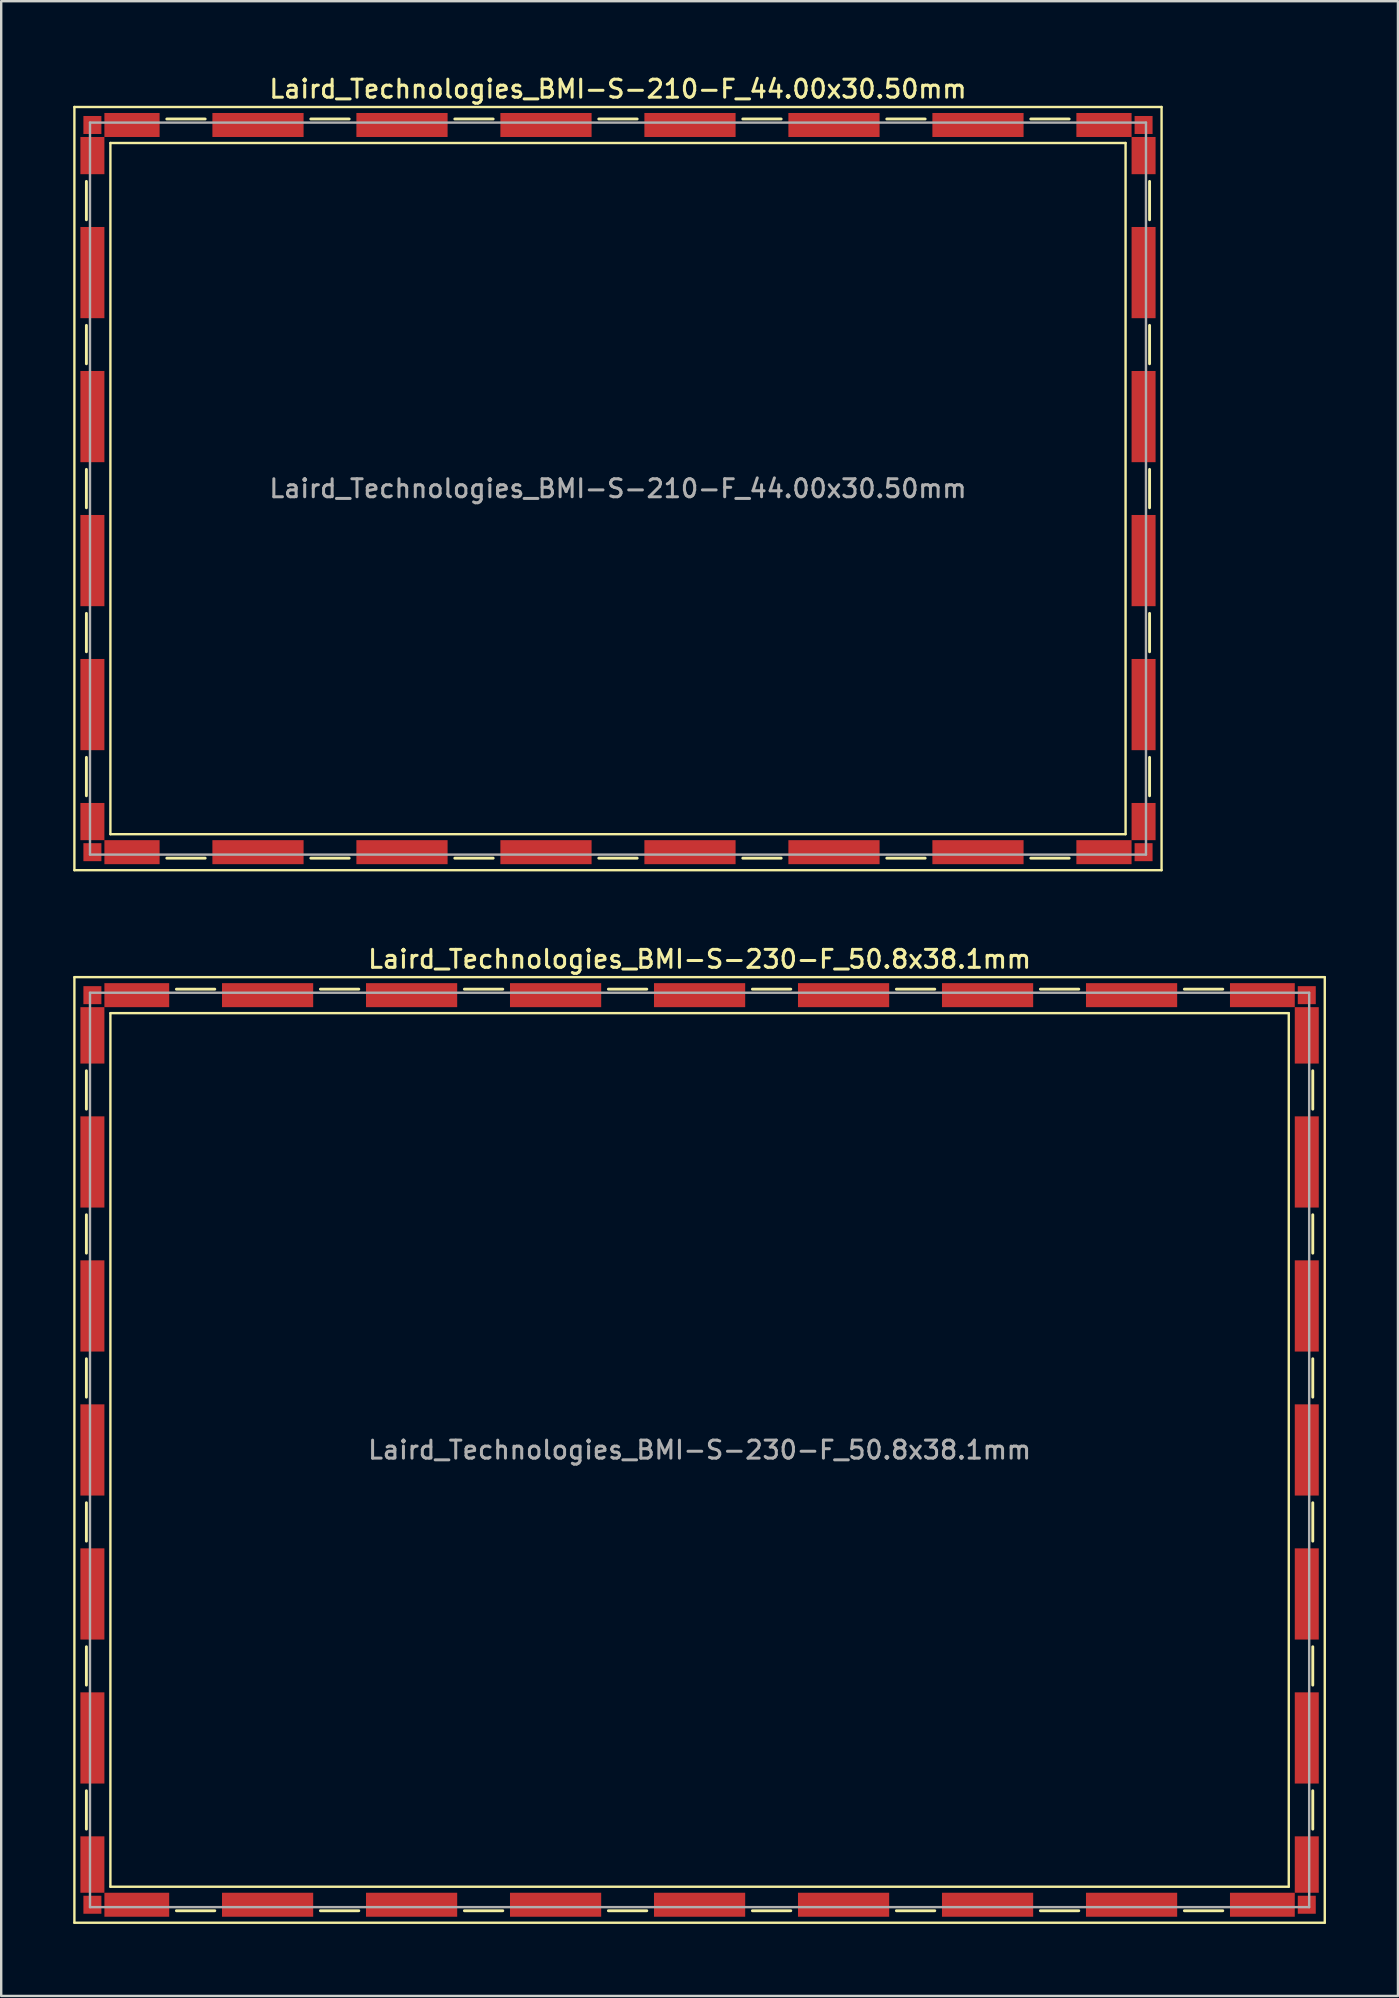
<source format=kicad_pcb>
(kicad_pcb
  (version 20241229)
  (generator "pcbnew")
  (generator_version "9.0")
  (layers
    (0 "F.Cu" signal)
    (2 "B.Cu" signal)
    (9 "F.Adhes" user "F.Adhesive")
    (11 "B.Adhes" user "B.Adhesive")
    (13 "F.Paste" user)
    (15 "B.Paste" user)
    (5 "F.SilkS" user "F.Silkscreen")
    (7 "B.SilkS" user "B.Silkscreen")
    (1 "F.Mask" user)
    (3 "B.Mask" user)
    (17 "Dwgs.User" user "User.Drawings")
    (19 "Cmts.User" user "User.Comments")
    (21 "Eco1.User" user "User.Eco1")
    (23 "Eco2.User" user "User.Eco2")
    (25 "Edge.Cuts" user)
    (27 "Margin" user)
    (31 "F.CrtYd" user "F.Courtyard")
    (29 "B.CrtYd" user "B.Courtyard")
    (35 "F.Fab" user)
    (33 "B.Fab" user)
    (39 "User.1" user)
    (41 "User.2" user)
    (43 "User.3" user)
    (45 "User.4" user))
  (footprint "Laird_Technologies_BMI-S-230-F_50.8x38.1mm"
    (layer "F.Cu")
    (at 26.1 57.366)
    (property "Reference" "Laird_Technologies_BMI-S-230-F_50.8x38.1mm" (at 0 -20.45 0) (layer "F.SilkS") (effects (font (size 0.75 0.75) (thickness 0.125))))
    (attr smd)
    (fp_line (start -26.05 -19.7) (end -26.05 19.7) (stroke (width 0.1) (type solid)) (layer "F.SilkS"))
    (fp_line (start -26.05 19.7) (end 26.05 19.7) (stroke (width 0.1) (type solid)) (layer "F.SilkS"))
    (fp_line (start -25.55 -15.8) (end -25.55 -14.2) (stroke (width 0.12) (type solid)) (layer "F.SilkS"))
    (fp_line (start -25.55 -9.8) (end -25.55 -8.2) (stroke (width 0.12) (type solid)) (layer "F.SilkS"))
    (fp_line (start -25.55 -3.8) (end -25.55 -2.2) (stroke (width 0.12) (type solid)) (layer "F.SilkS"))
    (fp_line (start -25.55 2.2) (end -25.55 3.8) (stroke (width 0.12) (type solid)) (layer "F.SilkS"))
    (fp_line (start -25.55 8.2) (end -25.55 9.8) (stroke (width 0.12) (type solid)) (layer "F.SilkS"))
    (fp_line (start -25.55 14.2) (end -25.55 15.8) (stroke (width 0.12) (type solid)) (layer "F.SilkS"))
    (fp_line (start -24.55 -18.2) (end -24.55 18.2) (stroke (width 0.1) (type solid)) (layer "F.SilkS"))
    (fp_line (start -24.55 18.2) (end 24.55 18.2) (stroke (width 0.1) (type solid)) (layer "F.SilkS"))
    (fp_line (start -21.8 -19.2) (end -20.2 -19.2) (stroke (width 0.12) (type solid)) (layer "F.SilkS"))
    (fp_line (start -21.8 19.2) (end -20.2 19.2) (stroke (width 0.12) (type solid)) (layer "F.SilkS"))
    (fp_line (start -15.8 -19.2) (end -14.2 -19.2) (stroke (width 0.12) (type solid)) (layer "F.SilkS"))
    (fp_line (start -15.8 19.2) (end -14.2 19.2) (stroke (width 0.12) (type solid)) (layer "F.SilkS"))
    (fp_line (start -9.8 -19.2) (end -8.2 -19.2) (stroke (width 0.12) (type solid)) (layer "F.SilkS"))
    (fp_line (start -9.8 19.2) (end -8.2 19.2) (stroke (width 0.12) (type solid)) (layer "F.SilkS"))
    (fp_line (start -3.8 -19.2) (end -2.2 -19.2) (stroke (width 0.12) (type solid)) (layer "F.SilkS"))
    (fp_line (start -3.8 19.2) (end -2.2 19.2) (stroke (width 0.12) (type solid)) (layer "F.SilkS"))
    (fp_line (start 2.2 -19.2) (end 3.8 -19.2) (stroke (width 0.12) (type solid)) (layer "F.SilkS"))
    (fp_line (start 2.2 19.2) (end 3.8 19.2) (stroke (width 0.12) (type solid)) (layer "F.SilkS"))
    (fp_line (start 8.2 -19.2) (end 9.8 -19.2) (stroke (width 0.12) (type solid)) (layer "F.SilkS"))
    (fp_line (start 8.2 19.2) (end 9.8 19.2) (stroke (width 0.12) (type solid)) (layer "F.SilkS"))
    (fp_line (start 14.2 -19.2) (end 15.8 -19.2) (stroke (width 0.12) (type solid)) (layer "F.SilkS"))
    (fp_line (start 14.2 19.2) (end 15.8 19.2) (stroke (width 0.12) (type solid)) (layer "F.SilkS"))
    (fp_line (start 20.2 -19.2) (end 21.8 -19.2) (stroke (width 0.12) (type solid)) (layer "F.SilkS"))
    (fp_line (start 20.2 19.2) (end 21.8 19.2) (stroke (width 0.12) (type solid)) (layer "F.SilkS"))
    (fp_line (start 24.55 -18.2) (end -24.55 -18.2) (stroke (width 0.1) (type solid)) (layer "F.SilkS"))
    (fp_line (start 24.55 18.2) (end 24.55 -18.2) (stroke (width 0.1) (type solid)) (layer "F.SilkS"))
    (fp_line (start 25.55 -15.8) (end 25.55 -14.2) (stroke (width 0.12) (type solid)) (layer "F.SilkS"))
    (fp_line (start 25.55 -9.8) (end 25.55 -8.2) (stroke (width 0.12) (type solid)) (layer "F.SilkS"))
    (fp_line (start 25.55 -3.8) (end 25.55 -2.2) (stroke (width 0.12) (type solid)) (layer "F.SilkS"))
    (fp_line (start 25.55 2.2) (end 25.55 3.8) (stroke (width 0.12) (type solid)) (layer "F.SilkS"))
    (fp_line (start 25.55 8.2) (end 25.55 9.8) (stroke (width 0.12) (type solid)) (layer "F.SilkS"))
    (fp_line (start 25.55 14.2) (end 25.55 15.8) (stroke (width 0.12) (type solid)) (layer "F.SilkS"))
    (fp_line (start 26.05 -19.7) (end -26.05 -19.7) (stroke (width 0.1) (type solid)) (layer "F.SilkS"))
    (fp_line (start 26.05 19.7) (end 26.05 -19.7) (stroke (width 0.1) (type solid)) (layer "F.SilkS"))
    (fp_line (start -25.4 -19.05) (end -25.4 19.05) (stroke (width 0.1) (type solid)) (layer "F.Fab"))
    (fp_line (start -25.4 19.05) (end 25.4 19.05) (stroke (width 0.1) (type solid)) (layer "F.Fab"))
    (fp_line (start 25.4 -19.05) (end -25.4 -19.05) (stroke (width 0.1) (type solid)) (layer "F.Fab"))
    (fp_line (start 25.4 19.05) (end 25.4 -19.05) (stroke (width 0.1) (type solid)) (layer "F.Fab"))
    (fp_text user "${REFERENCE}" (at 0 0 0) (layer "F.Fab") (effects (font (size 0.75 0.75) (thickness 0.125))))
    (pad "1" smd rect (at -25.3 -18.95) (size 0.75 0.75) (layers "F.Cu" "F.Mask" "F.Paste"))
    (pad "1" smd rect (at -25.3 -17.275) (size 1 2.35) (layers "F.Cu" "F.Mask" "F.Paste"))
    (pad "1" smd rect (at -25.3 -12) (size 1 3.8) (layers "F.Cu" "F.Mask" "F.Paste"))
    (pad "1" smd rect (at -25.3 -6) (size 1 3.8) (layers "F.Cu" "F.Mask" "F.Paste"))
    (pad "1" smd rect (at -25.3 0) (size 1 3.8) (layers "F.Cu" "F.Mask" "F.Paste"))
    (pad "1" smd rect (at -25.3 6) (size 1 3.8) (layers "F.Cu" "F.Mask" "F.Paste"))
    (pad "1" smd rect (at -25.3 12) (size 1 3.8) (layers "F.Cu" "F.Mask" "F.Paste"))
    (pad "1" smd rect (at -25.3 17.275) (size 1 2.35) (layers "F.Cu" "F.Mask" "F.Paste"))
    (pad "1" smd rect (at -25.3 18.95) (size 0.75 0.75) (layers "F.Cu" "F.Mask" "F.Paste"))
    (pad "1" smd rect (at -23.45 -18.95) (size 2.7 1) (layers "F.Cu" "F.Mask" "F.Paste"))
    (pad "1" smd rect (at -23.45 18.95) (size 2.7 1) (layers "F.Cu" "F.Mask" "F.Paste"))
    (pad "1" smd rect (at -18 -18.95) (size 3.8 1) (layers "F.Cu" "F.Mask" "F.Paste"))
    (pad "1" smd rect (at -18 18.95) (size 3.8 1) (layers "F.Cu" "F.Mask" "F.Paste"))
    (pad "1" smd rect (at -12 -18.95) (size 3.8 1) (layers "F.Cu" "F.Mask" "F.Paste"))
    (pad "1" smd rect (at -12 18.95) (size 3.8 1) (layers "F.Cu" "F.Mask" "F.Paste"))
    (pad "1" smd rect (at -6 -18.95) (size 3.8 1) (layers "F.Cu" "F.Mask" "F.Paste"))
    (pad "1" smd rect (at -6 18.95) (size 3.8 1) (layers "F.Cu" "F.Mask" "F.Paste"))
    (pad "1" smd rect (at 0 -18.95) (size 3.8 1) (layers "F.Cu" "F.Mask" "F.Paste"))
    (pad "1" smd rect (at 0 18.95) (size 3.8 1) (layers "F.Cu" "F.Mask" "F.Paste"))
    (pad "1" smd rect (at 6 -18.95) (size 3.8 1) (layers "F.Cu" "F.Mask" "F.Paste"))
    (pad "1" smd rect (at 6 18.95) (size 3.8 1) (layers "F.Cu" "F.Mask" "F.Paste"))
    (pad "1" smd rect (at 12 -18.95) (size 3.8 1) (layers "F.Cu" "F.Mask" "F.Paste"))
    (pad "1" smd rect (at 12 18.95) (size 3.8 1) (layers "F.Cu" "F.Mask" "F.Paste"))
    (pad "1" smd rect (at 18 -18.95) (size 3.8 1) (layers "F.Cu" "F.Mask" "F.Paste"))
    (pad "1" smd rect (at 18 18.95) (size 3.8 1) (layers "F.Cu" "F.Mask" "F.Paste"))
    (pad "1" smd rect (at 23.45 -18.95) (size 2.7 1) (layers "F.Cu" "F.Mask" "F.Paste"))
    (pad "1" smd rect (at 23.45 18.95) (size 2.7 1) (layers "F.Cu" "F.Mask" "F.Paste"))
    (pad "1" smd rect (at 25.3 -18.95) (size 0.75 0.75) (layers "F.Cu" "F.Mask" "F.Paste"))
    (pad "1" smd rect (at 25.3 -17.275) (size 1 2.35) (layers "F.Cu" "F.Mask" "F.Paste"))
    (pad "1" smd rect (at 25.3 -12) (size 1 3.8) (layers "F.Cu" "F.Mask" "F.Paste"))
    (pad "1" smd rect (at 25.3 -6) (size 1 3.8) (layers "F.Cu" "F.Mask" "F.Paste"))
    (pad "1" smd rect (at 25.3 0) (size 1 3.8) (layers "F.Cu" "F.Mask" "F.Paste"))
    (pad "1" smd rect (at 25.3 6) (size 1 3.8) (layers "F.Cu" "F.Mask" "F.Paste"))
    (pad "1" smd rect (at 25.3 12) (size 1 3.8) (layers "F.Cu" "F.Mask" "F.Paste"))
    (pad "1" smd rect (at 25.3 17.275) (size 1 2.35) (layers "F.Cu" "F.Mask" "F.Paste"))
    (pad "1" smd rect (at 25.3 18.95) (size 0.75 0.75) (layers "F.Cu" "F.Mask" "F.Paste")))
  (footprint "Laird_Technologies_BMI-S-210-F_44.00x30.50mm"
    (layer "F.Cu")
    (at 22.7 17.308)
    (property "Reference" "Laird_Technologies_BMI-S-210-F_44.00x30.50mm" (at 0 -16.65 0) (layer "F.SilkS") (effects (font (size 0.75 0.75) (thickness 0.125))))
    (attr smd)
    (fp_line (start -22.65 -15.9) (end -22.65 15.9) (stroke (width 0.1) (type solid)) (layer "F.SilkS"))
    (fp_line (start -22.65 15.9) (end 22.65 15.9) (stroke (width 0.1) (type solid)) (layer "F.SilkS"))
    (fp_line (start -22.15 -12.8) (end -22.15 -11.2) (stroke (width 0.12) (type solid)) (layer "F.SilkS"))
    (fp_line (start -22.15 -6.8) (end -22.15 -5.2) (stroke (width 0.12) (type solid)) (layer "F.SilkS"))
    (fp_line (start -22.15 -0.8) (end -22.15 0.8) (stroke (width 0.12) (type solid)) (layer "F.SilkS"))
    (fp_line (start -22.15 5.2) (end -22.15 6.8) (stroke (width 0.12) (type solid)) (layer "F.SilkS"))
    (fp_line (start -22.15 11.2) (end -22.15 12.8) (stroke (width 0.12) (type solid)) (layer "F.SilkS"))
    (fp_line (start -21.15 -14.4) (end -21.15 14.4) (stroke (width 0.1) (type solid)) (layer "F.SilkS"))
    (fp_line (start -18.8 -15.4) (end -17.2 -15.4) (stroke (width 0.12) (type solid)) (layer "F.SilkS"))
    (fp_line (start -18.8 15.4) (end -17.2 15.4) (stroke (width 0.12) (type solid)) (layer "F.SilkS"))
    (fp_line (start -12.8 -15.4) (end -11.2 -15.4) (stroke (width 0.12) (type solid)) (layer "F.SilkS"))
    (fp_line (start -12.8 15.4) (end -11.2 15.4) (stroke (width 0.12) (type solid)) (layer "F.SilkS"))
    (fp_line (start -6.8 -15.4) (end -5.2 -15.4) (stroke (width 0.12) (type solid)) (layer "F.SilkS"))
    (fp_line (start -6.8 15.4) (end -5.2 15.4) (stroke (width 0.12) (type solid)) (layer "F.SilkS"))
    (fp_line (start -0.8 -15.4) (end 0.8 -15.4) (stroke (width 0.12) (type solid)) (layer "F.SilkS"))
    (fp_line (start -0.8 15.4) (end 0.8 15.4) (stroke (width 0.12) (type solid)) (layer "F.SilkS"))
    (fp_line (start 5.2 -15.4) (end 6.8 -15.4) (stroke (width 0.12) (type solid)) (layer "F.SilkS"))
    (fp_line (start 5.2 15.4) (end 6.8 15.4) (stroke (width 0.12) (type solid)) (layer "F.SilkS"))
    (fp_line (start 11.2 -15.4) (end 12.8 -15.4) (stroke (width 0.12) (type solid)) (layer "F.SilkS"))
    (fp_line (start 11.2 15.4) (end 12.8 15.4) (stroke (width 0.12) (type solid)) (layer "F.SilkS"))
    (fp_line (start 17.2 -15.4) (end 18.8 -15.4) (stroke (width 0.12) (type solid)) (layer "F.SilkS"))
    (fp_line (start 17.2 15.4) (end 18.8 15.4) (stroke (width 0.12) (type solid)) (layer "F.SilkS"))
    (fp_line (start 21.15 -14.4) (end -21.15 -14.4) (stroke (width 0.1) (type solid)) (layer "F.SilkS"))
    (fp_line (start 21.15 -14.4) (end 21.15 14.4) (stroke (width 0.1) (type solid)) (layer "F.SilkS"))
    (fp_line (start 21.15 14.4) (end -21.15 14.4) (stroke (width 0.1) (type solid)) (layer "F.SilkS"))
    (fp_line (start 22.15 -12.8) (end 22.15 -11.2) (stroke (width 0.12) (type solid)) (layer "F.SilkS"))
    (fp_line (start 22.15 -6.8) (end 22.15 -5.2) (stroke (width 0.12) (type solid)) (layer "F.SilkS"))
    (fp_line (start 22.15 -0.8) (end 22.15 0.8) (stroke (width 0.12) (type solid)) (layer "F.SilkS"))
    (fp_line (start 22.15 5.2) (end 22.15 6.8) (stroke (width 0.12) (type solid)) (layer "F.SilkS"))
    (fp_line (start 22.15 11.2) (end 22.15 12.8) (stroke (width 0.12) (type solid)) (layer "F.SilkS"))
    (fp_line (start 22.65 -15.9) (end -22.65 -15.9) (stroke (width 0.1) (type solid)) (layer "F.SilkS"))
    (fp_line (start 22.65 15.9) (end 22.65 -15.9) (stroke (width 0.1) (type solid)) (layer "F.SilkS"))
    (fp_line (start -22 -15.25) (end -22 15.25) (stroke (width 0.1) (type solid)) (layer "F.Fab"))
    (fp_line (start -22 15.25) (end 22 15.25) (stroke (width 0.1) (type solid)) (layer "F.Fab"))
    (fp_line (start 22 -15.25) (end -22 -15.25) (stroke (width 0.1) (type solid)) (layer "F.Fab"))
    (fp_line (start 22 15.25) (end 22 -15.25) (stroke (width 0.1) (type solid)) (layer "F.Fab"))
    (fp_text user "${REFERENCE}" (at 0 0 0) (layer "F.Fab") (effects (font (size 0.75 0.75) (thickness 0.125))))
    (pad "1" smd rect (at -21.9 -15.15) (size 0.75 0.75) (layers "F.Cu" "F.Mask" "F.Paste"))
    (pad "1" smd rect (at -21.9 -13.875) (size 1 1.55) (layers "F.Cu" "F.Mask" "F.Paste"))
    (pad "1" smd rect (at -21.9 -9) (size 1 3.8) (layers "F.Cu" "F.Mask" "F.Paste"))
    (pad "1" smd rect (at -21.9 -3) (size 1 3.8) (layers "F.Cu" "F.Mask" "F.Paste"))
    (pad "1" smd rect (at -21.9 3) (size 1 3.8) (layers "F.Cu" "F.Mask" "F.Paste"))
    (pad "1" smd rect (at -21.9 9) (size 1 3.8) (layers "F.Cu" "F.Mask" "F.Paste"))
    (pad "1" smd rect (at -21.9 13.875) (size 1 1.55) (layers "F.Cu" "F.Mask" "F.Paste"))
    (pad "1" smd rect (at -21.9 15.15) (size 0.75 0.75) (layers "F.Cu" "F.Mask" "F.Paste"))
    (pad "1" smd rect (at -20.25 -15.15) (size 2.3 1) (layers "F.Cu" "F.Mask" "F.Paste"))
    (pad "1" smd rect (at -20.25 15.15) (size 2.3 1) (layers "F.Cu" "F.Mask" "F.Paste"))
    (pad "1" smd rect (at -15 -15.15) (size 3.8 1) (layers "F.Cu" "F.Mask" "F.Paste"))
    (pad "1" smd rect (at -15 15.15) (size 3.8 1) (layers "F.Cu" "F.Mask" "F.Paste"))
    (pad "1" smd rect (at -9 -15.15) (size 3.8 1) (layers "F.Cu" "F.Mask" "F.Paste"))
    (pad "1" smd rect (at -9 15.15) (size 3.8 1) (layers "F.Cu" "F.Mask" "F.Paste"))
    (pad "1" smd rect (at -3 -15.15) (size 3.8 1) (layers "F.Cu" "F.Mask" "F.Paste"))
    (pad "1" smd rect (at -3 15.15) (size 3.8 1) (layers "F.Cu" "F.Mask" "F.Paste"))
    (pad "1" smd rect (at 3 -15.15) (size 3.8 1) (layers "F.Cu" "F.Mask" "F.Paste"))
    (pad "1" smd rect (at 3 15.15) (size 3.8 1) (layers "F.Cu" "F.Mask" "F.Paste"))
    (pad "1" smd rect (at 9 -15.15) (size 3.8 1) (layers "F.Cu" "F.Mask" "F.Paste"))
    (pad "1" smd rect (at 9 15.15) (size 3.8 1) (layers "F.Cu" "F.Mask" "F.Paste"))
    (pad "1" smd rect (at 15 -15.15) (size 3.8 1) (layers "F.Cu" "F.Mask" "F.Paste"))
    (pad "1" smd rect (at 15 15.15) (size 3.8 1) (layers "F.Cu" "F.Mask" "F.Paste"))
    (pad "1" smd rect (at 20.25 -15.15) (size 2.3 1) (layers "F.Cu" "F.Mask" "F.Paste"))
    (pad "1" smd rect (at 20.25 15.15) (size 2.3 1) (layers "F.Cu" "F.Mask" "F.Paste"))
    (pad "1" smd rect (at 21.9 -15.15) (size 0.75 0.75) (layers "F.Cu" "F.Mask" "F.Paste"))
    (pad "1" smd rect (at 21.9 -13.875) (size 1 1.55) (layers "F.Cu" "F.Mask" "F.Paste"))
    (pad "1" smd rect (at 21.9 -9) (size 1 3.8) (layers "F.Cu" "F.Mask" "F.Paste"))
    (pad "1" smd rect (at 21.9 -3) (size 1 3.8) (layers "F.Cu" "F.Mask" "F.Paste"))
    (pad "1" smd rect (at 21.9 3) (size 1 3.8) (layers "F.Cu" "F.Mask" "F.Paste"))
    (pad "1" smd rect (at 21.9 9) (size 1 3.8) (layers "F.Cu" "F.Mask" "F.Paste"))
    (pad "1" smd rect (at 21.9 13.875) (size 1 1.55) (layers "F.Cu" "F.Mask" "F.Paste"))
    (pad "1" smd rect (at 21.9 15.15) (size 0.75 0.75) (layers "F.Cu" "F.Mask" "F.Paste")))
  (gr_rect
    (start -3 -3)
    (end 55.2 80.116)
    (stroke (width 0.1) (type default))
    (fill no)
    (layer "Edge.Cuts")))
</source>
